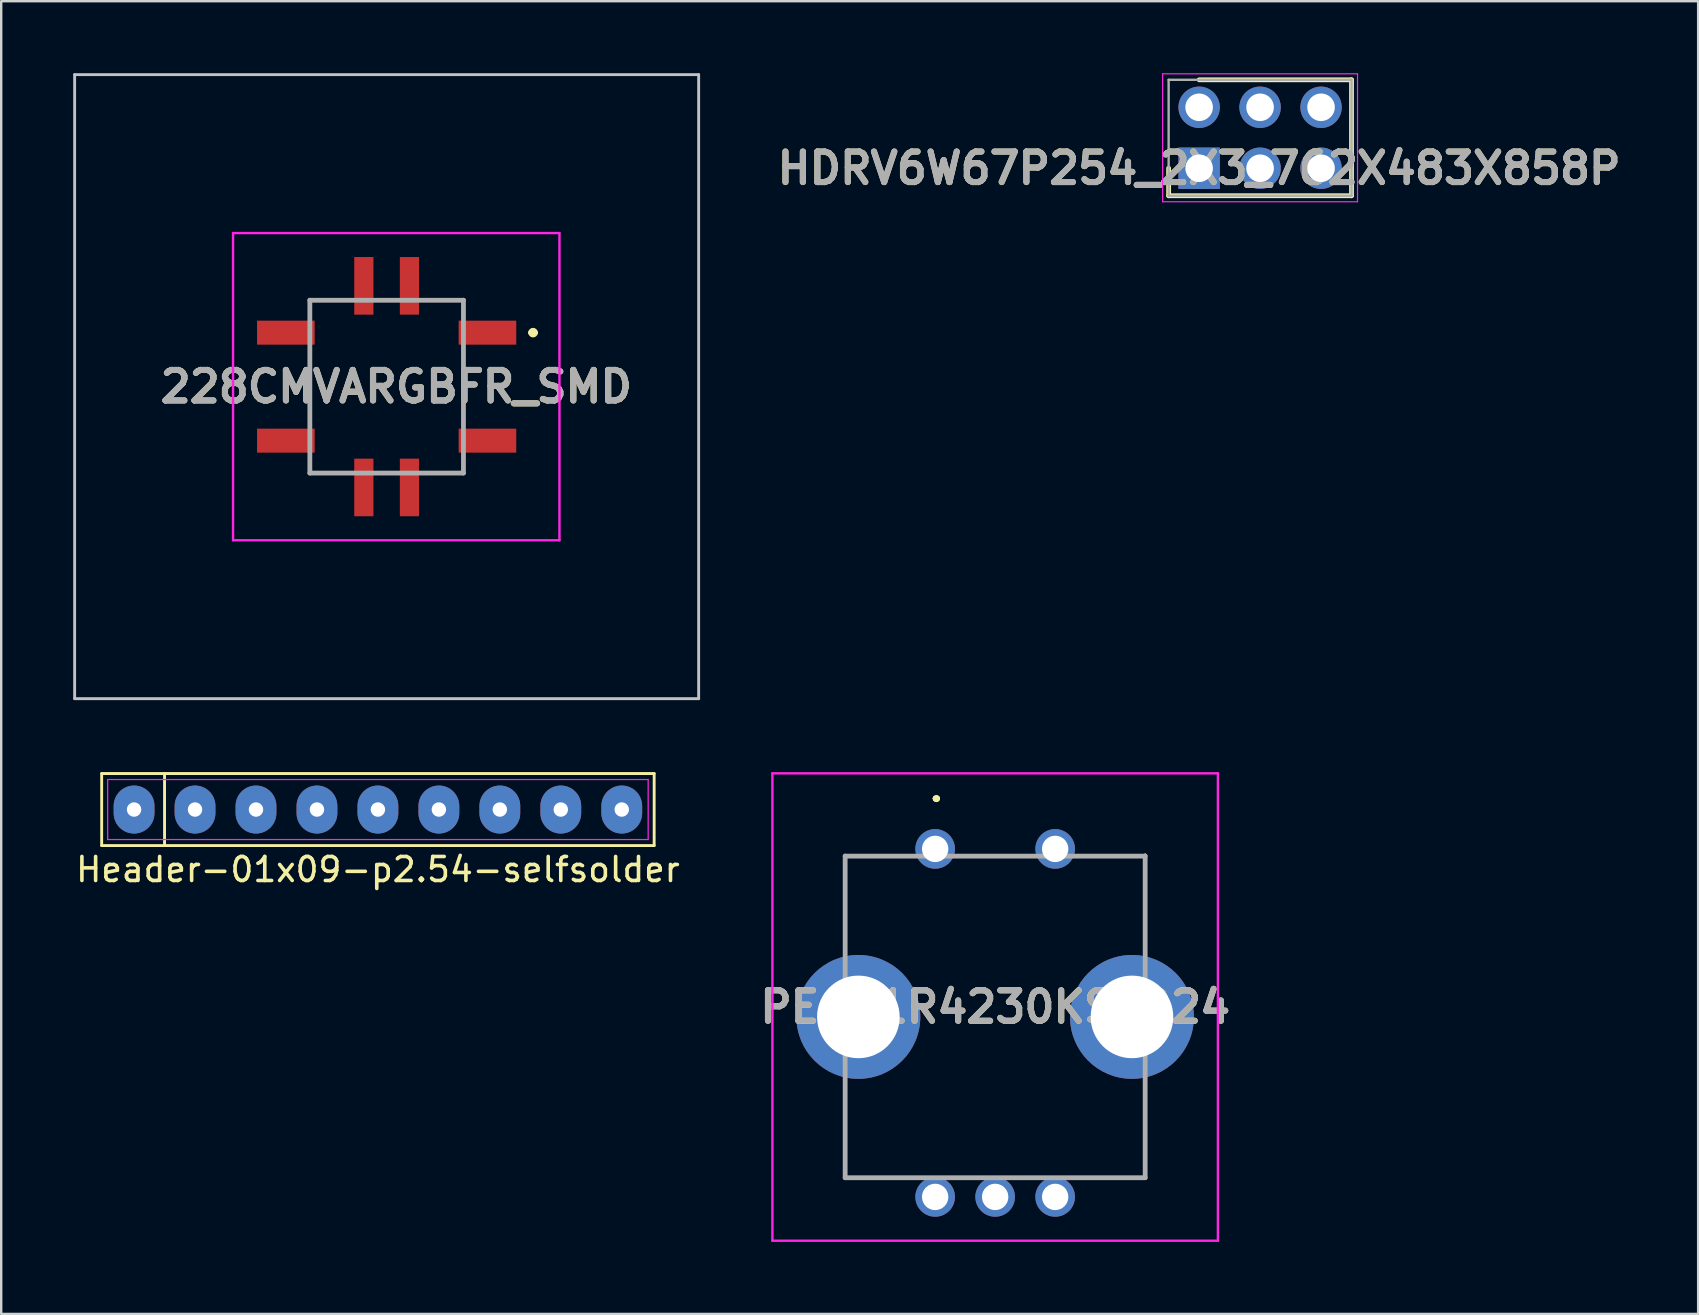
<source format=kicad_pcb>
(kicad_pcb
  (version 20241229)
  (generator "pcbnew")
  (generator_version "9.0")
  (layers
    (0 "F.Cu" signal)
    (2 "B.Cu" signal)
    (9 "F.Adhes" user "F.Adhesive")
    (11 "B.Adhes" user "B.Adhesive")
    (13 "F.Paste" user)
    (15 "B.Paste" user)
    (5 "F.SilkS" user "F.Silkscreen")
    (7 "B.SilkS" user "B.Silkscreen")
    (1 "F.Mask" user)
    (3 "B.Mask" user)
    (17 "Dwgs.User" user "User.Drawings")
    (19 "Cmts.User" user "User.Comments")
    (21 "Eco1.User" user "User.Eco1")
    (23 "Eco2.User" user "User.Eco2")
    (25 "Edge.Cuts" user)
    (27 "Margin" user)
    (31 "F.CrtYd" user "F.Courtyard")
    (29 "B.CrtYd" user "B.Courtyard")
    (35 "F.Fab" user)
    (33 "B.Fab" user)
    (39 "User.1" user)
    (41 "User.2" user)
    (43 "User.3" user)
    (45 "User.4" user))
  (footprint "PEC11R4230KS0024"
    (layer "F.Cu")
    (at 35.914 39.32)
    (property "Reference" "PEC11R4230KS0024" (at 2.5 -0.413 0) (layer "F.SilkS") (effects (font (size 1.27 1.27) (thickness 0.254))))
    (attr through_hole)
    (fp_line (start -3.75 -6.7) (end -3.75 -6.7) (stroke (width 0.1) (type solid)) (layer "F.SilkS"))
    (fp_line (start -3.75 -6.7) (end -3.75 -6.7) (stroke (width 0.1) (type solid)) (layer "F.SilkS"))
    (fp_line (start -3.75 -6.7) (end -3.75 -3.75) (stroke (width 0.1) (type solid)) (layer "F.SilkS"))
    (fp_line (start -3.75 -6.7) (end -2 -6.7) (stroke (width 0.1) (type solid)) (layer "F.SilkS"))
    (fp_line (start -3.75 -3.75) (end -3.75 -6.7) (stroke (width 0.1) (type solid)) (layer "F.SilkS"))
    (fp_line (start -3.75 -3.75) (end -3.75 -3.75) (stroke (width 0.1) (type solid)) (layer "F.SilkS"))
    (fp_line (start -3.75 3.75) (end -3.75 3.75) (stroke (width 0.1) (type solid)) (layer "F.SilkS"))
    (fp_line (start -3.75 3.75) (end -3.75 6.7) (stroke (width 0.1) (type solid)) (layer "F.SilkS"))
    (fp_line (start -3.75 6.7) (end -3.75 3.75) (stroke (width 0.1) (type solid)) (layer "F.SilkS"))
    (fp_line (start -3.75 6.7) (end -3.75 6.7) (stroke (width 0.1) (type solid)) (layer "F.SilkS"))
    (fp_line (start -3.75 6.7) (end -3.75 6.7) (stroke (width 0.1) (type solid)) (layer "F.SilkS"))
    (fp_line (start -3.75 6.7) (end -1.5 6.7) (stroke (width 0.1) (type solid)) (layer "F.SilkS"))
    (fp_line (start -2 -6.7) (end -3.75 -6.7) (stroke (width 0.1) (type solid)) (layer "F.SilkS"))
    (fp_line (start -2 -6.7) (end -2 -6.7) (stroke (width 0.1) (type solid)) (layer "F.SilkS"))
    (fp_line (start -1.5 6.7) (end -3.75 6.7) (stroke (width 0.1) (type solid)) (layer "F.SilkS"))
    (fp_line (start -1.5 6.7) (end -1.5 6.7) (stroke (width 0.1) (type solid)) (layer "F.SilkS"))
    (fp_line (start 0 -9.1) (end 0 -9.1) (stroke (width 0.2) (type solid)) (layer "F.SilkS"))
    (fp_line (start 0 -9.1) (end 0 -9.1) (stroke (width 0.2) (type solid)) (layer "F.SilkS"))
    (fp_line (start 0.1 -9.1) (end 0.1 -9.1) (stroke (width 0.2) (type solid)) (layer "F.SilkS"))
    (fp_line (start 1.5 -6.7) (end 1.5 -6.7) (stroke (width 0.1) (type solid)) (layer "F.SilkS"))
    (fp_line (start 1.5 -6.7) (end 3.5 -6.7) (stroke (width 0.1) (type solid)) (layer "F.SilkS"))
    (fp_line (start 3.5 -6.7) (end 1.5 -6.7) (stroke (width 0.1) (type solid)) (layer "F.SilkS"))
    (fp_line (start 3.5 -6.7) (end 3.5 -6.7) (stroke (width 0.1) (type solid)) (layer "F.SilkS"))
    (fp_line (start 6.5 6.7) (end 6.5 6.7) (stroke (width 0.1) (type solid)) (layer "F.SilkS"))
    (fp_line (start 6.5 6.7) (end 8.75 6.7) (stroke (width 0.1) (type solid)) (layer "F.SilkS"))
    (fp_line (start 6.75 -6.7) (end 6.75 -6.7) (stroke (width 0.1) (type solid)) (layer "F.SilkS"))
    (fp_line (start 6.75 -6.7) (end 8.75 -6.7) (stroke (width 0.1) (type solid)) (layer "F.SilkS"))
    (fp_line (start 8.75 -6.75) (end 8.75 -6.75) (stroke (width 0.1) (type solid)) (layer "F.SilkS"))
    (fp_line (start 8.75 -6.75) (end 8.75 -3.5) (stroke (width 0.1) (type solid)) (layer "F.SilkS"))
    (fp_line (start 8.75 -6.7) (end 6.75 -6.7) (stroke (width 0.1) (type solid)) (layer "F.SilkS"))
    (fp_line (start 8.75 -6.7) (end 8.75 -6.7) (stroke (width 0.1) (type solid)) (layer "F.SilkS"))
    (fp_line (start 8.75 -3.5) (end 8.75 -6.75) (stroke (width 0.1) (type solid)) (layer "F.SilkS"))
    (fp_line (start 8.75 -3.5) (end 8.75 -3.5) (stroke (width 0.1) (type solid)) (layer "F.SilkS"))
    (fp_line (start 8.75 3.75) (end 8.75 3.75) (stroke (width 0.1) (type solid)) (layer "F.SilkS"))
    (fp_line (start 8.75 3.75) (end 8.75 6.7) (stroke (width 0.1) (type solid)) (layer "F.SilkS"))
    (fp_line (start 8.75 6.7) (end 6.5 6.7) (stroke (width 0.1) (type solid)) (layer "F.SilkS"))
    (fp_line (start 8.75 6.7) (end 8.75 3.75) (stroke (width 0.1) (type solid)) (layer "F.SilkS"))
    (fp_line (start 8.75 6.7) (end 8.75 6.7) (stroke (width 0.1) (type solid)) (layer "F.SilkS"))
    (fp_line (start 8.75 6.7) (end 8.75 6.7) (stroke (width 0.1) (type solid)) (layer "F.SilkS"))
    (fp_arc (start 0 -9.1) (mid 0.05 -9.15) (end 0.1 -9.1) (stroke (width 0.2) (type solid)) (layer "F.SilkS"))
    (fp_arc (start 0.1 -9.1) (mid 0.05 -9.05) (end 0 -9.1) (stroke (width 0.2) (type solid)) (layer "F.SilkS"))
    (fp_arc (start 0.1 -9.1) (mid 0.05 -9.05) (end 0 -9.1) (stroke (width 0.2) (type solid)) (layer "F.SilkS"))
    (fp_line (start -6.781 -10.15) (end 11.781 -10.15) (stroke (width 0.1) (type solid)) (layer "F.CrtYd"))
    (fp_line (start -6.781 9.325) (end -6.781 -10.15) (stroke (width 0.1) (type solid)) (layer "F.CrtYd"))
    (fp_line (start 11.781 -10.15) (end 11.781 9.325) (stroke (width 0.1) (type solid)) (layer "F.CrtYd"))
    (fp_line (start 11.781 9.325) (end -6.781 9.325) (stroke (width 0.1) (type solid)) (layer "F.CrtYd"))
    (fp_line (start -3.75 -6.7) (end -3.75 6.7) (stroke (width 0.2) (type solid)) (layer "F.Fab"))
    (fp_line (start -3.75 6.7) (end 8.75 6.7) (stroke (width 0.2) (type solid)) (layer "F.Fab"))
    (fp_line (start 8.75 -6.7) (end -3.75 -6.7) (stroke (width 0.2) (type solid)) (layer "F.Fab"))
    (fp_line (start 8.75 6.7) (end 8.75 -6.7) (stroke (width 0.2) (type solid)) (layer "F.Fab"))
    (fp_text user "${REFERENCE}" (at 2.5 -0.413 0) (layer "F.Fab") (effects (font (size 1.27 1.27) (thickness 0.254))))
    (pad "A" thru_hole circle (at 0 7.5) (size 1.65 1.65) (drill 1.1) (layers "*.Cu" "*.Mask"))
    (pad "B" thru_hole circle (at 5 7.5) (size 1.65 1.65) (drill 1.1) (layers "*.Cu" "*.Mask"))
    (pad "C" thru_hole circle (at 2.5 7.5) (size 1.65 1.65) (drill 1.1) (layers "*.Cu" "*.Mask"))
    (pad "MH1" thru_hole circle (at -3.2 0) (size 5.161 5.161) (drill 3.441) (layers "*.Cu" "*.Mask"))
    (pad "MH2" thru_hole circle (at 8.2 0) (size 5.161 5.161) (drill 3.441) (layers "*.Cu" "*.Mask"))
    (pad "S1" thru_hole circle (at 0 -7) (size 1.65 1.65) (drill 1.1) (layers "*.Cu" "*.Mask"))
    (pad "S2" thru_hole circle (at 5 -7) (size 1.65 1.65) (drill 1.1) (layers "*.Cu" "*.Mask")))
  (footprint "228CMVARGBFR_SMD"
    (layer "F.Cu")
    (at 13.06 13.06)
    (property "Reference" "228CMVARGBFR_SMD" (at 0.4 0 0) (layer "F.SilkS") (effects (font (size 1.27 1.27) (thickness 0.254))))
    (attr smd)
    (fp_line (start -3.2 -3.6) (end -3.2 -3) (stroke (width 0.1) (type solid)) (layer "F.SilkS"))
    (fp_line (start -3.2 -1.5) (end -3.2 1.5) (stroke (width 0.1) (type solid)) (layer "F.SilkS"))
    (fp_line (start -3.2 3) (end -3.2 3.6) (stroke (width 0.1) (type solid)) (layer "F.SilkS"))
    (fp_line (start -3.2 3.6) (end -1.8 3.6) (stroke (width 0.1) (type solid)) (layer "F.SilkS"))
    (fp_line (start -1.6 -3.6) (end -3.2 -3.6) (stroke (width 0.1) (type solid)) (layer "F.SilkS"))
    (fp_line (start 1.6 -3.6) (end 3.2 -3.6) (stroke (width 0.1) (type solid)) (layer "F.SilkS"))
    (fp_line (start 3.2 -3.6) (end 3.2 -3) (stroke (width 0.1) (type solid)) (layer "F.SilkS"))
    (fp_line (start 3.2 -1.5) (end 3.2 1.5) (stroke (width 0.1) (type solid)) (layer "F.SilkS"))
    (fp_line (start 3.2 3.2) (end 3.2 3) (stroke (width 0.1) (type solid)) (layer "F.SilkS"))
    (fp_line (start 3.2 3.2) (end 3.2 3.6) (stroke (width 0.1) (type solid)) (layer "F.SilkS"))
    (fp_line (start 3.2 3.6) (end 1.8 3.6) (stroke (width 0.1) (type solid)) (layer "F.SilkS"))
    (fp_line (start 6 -2.25) (end 6 -2.25) (stroke (width 0.2) (type solid)) (layer "F.SilkS"))
    (fp_line (start 6.2 -2.25) (end 6.2 -2.25) (stroke (width 0.2) (type solid)) (layer "F.SilkS"))
    (fp_arc (start 6 -2.25) (mid 6.1 -2.35) (end 6.2 -2.25) (stroke (width 0.2) (type solid)) (layer "F.SilkS"))
    (fp_arc (start 6.2 -2.25) (mid 6.1 -2.15) (end 6 -2.25) (stroke (width 0.2) (type solid)) (layer "F.SilkS"))
    (fp_line (start -13 -13) (end 13 -13) (stroke (width 0.12) (type solid)) (layer "Dwgs.User"))
    (fp_line (start -13 13) (end -13 -13) (stroke (width 0.12) (type solid)) (layer "Dwgs.User"))
    (fp_line (start 13 -13) (end 13 13) (stroke (width 0.12) (type solid)) (layer "Dwgs.User"))
    (fp_line (start 13 13) (end -13 13) (stroke (width 0.12) (type solid)) (layer "Dwgs.User"))
    (fp_line (start -6.4 -6.4) (end 7.2 -6.4) (stroke (width 0.1) (type solid)) (layer "F.CrtYd"))
    (fp_line (start -6.4 6.4) (end -6.4 -6.4) (stroke (width 0.1) (type solid)) (layer "F.CrtYd"))
    (fp_line (start 7.2 -6.4) (end 7.2 6.4) (stroke (width 0.1) (type solid)) (layer "F.CrtYd"))
    (fp_line (start 7.2 6.4) (end -6.4 6.4) (stroke (width 0.1) (type solid)) (layer "F.CrtYd"))
    (fp_line (start -3.2 -3.6) (end 3.2 -3.6) (stroke (width 0.2) (type solid)) (layer "F.Fab"))
    (fp_line (start -3.2 3.6) (end -3.2 -3.6) (stroke (width 0.2) (type solid)) (layer "F.Fab"))
    (fp_line (start 3.2 -3.6) (end 3.2 3.6) (stroke (width 0.2) (type solid)) (layer "F.Fab"))
    (fp_line (start 3.2 3.6) (end -3.2 3.6) (stroke (width 0.2) (type solid)) (layer "F.Fab"))
    (fp_text user "${REFERENCE}" (at 0.4 0 0) (layer "F.Fab") (effects (font (size 1.27 1.27) (thickness 0.254))))
    (pad "1" smd rect (at 4.2 -2.25 90) (size 1 2.4) (layers "F.Cu" "F.Mask" "F.Paste"))
    (pad "2" smd rect (at -4.2 -2.25 90) (size 1 2.4) (layers "F.Cu" "F.Mask" "F.Paste"))
    (pad "3" smd rect (at 4.2 2.25 90) (size 1 2.4) (layers "F.Cu" "F.Mask" "F.Paste"))
    (pad "4" smd rect (at -4.2 2.25 90) (size 1 2.4) (layers "F.Cu" "F.Mask" "F.Paste"))
    (pad "5" smd rect (at 0.95 -4.2) (size 0.8 2.4) (layers "F.Cu" "F.Mask" "F.Paste"))
    (pad "6" smd rect (at 0.95 4.2) (size 0.8 2.4) (layers "F.Cu" "F.Mask" "F.Paste"))
    (pad "7" smd rect (at -0.95 -4.2) (size 0.8 2.4) (layers "F.Cu" "F.Mask" "F.Paste"))
    (pad "8" smd rect (at -0.95 4.2) (size 0.8 2.4) (layers "F.Cu" "F.Mask" "F.Paste")))
  (footprint "HDRV6W67P254_2X3_762X483X858P"
    (layer "F.Cu")
    (at 46.912 3.96)
    (property "Reference" "HDRV6W67P254_2X3_762X483X858P" (at 0 0 0) (layer "F.SilkS") (effects (font (size 1.27 1.27) (thickness 0.254))))
    (attr through_hole)
    (fp_line (start -1.27 0) (end -1.27 1.145) (stroke (width 0.2) (type solid)) (layer "F.SilkS"))
    (fp_line (start -1.27 1.145) (end 6.35 1.145) (stroke (width 0.2) (type solid)) (layer "F.SilkS"))
    (fp_line (start 6.35 -3.685) (end 0 -3.685) (stroke (width 0.2) (type solid)) (layer "F.SilkS"))
    (fp_line (start 6.35 1.145) (end 6.35 -3.685) (stroke (width 0.2) (type solid)) (layer "F.SilkS"))
    (fp_line (start -1.52 -3.935) (end 6.6 -3.935) (stroke (width 0.05) (type solid)) (layer "F.CrtYd"))
    (fp_line (start -1.52 1.395) (end -1.52 -3.935) (stroke (width 0.05) (type solid)) (layer "F.CrtYd"))
    (fp_line (start 6.6 -3.935) (end 6.6 1.395) (stroke (width 0.05) (type solid)) (layer "F.CrtYd"))
    (fp_line (start 6.6 1.395) (end -1.52 1.395) (stroke (width 0.05) (type solid)) (layer "F.CrtYd"))
    (fp_line (start -1.27 -3.685) (end 6.35 -3.685) (stroke (width 0.1) (type solid)) (layer "F.Fab"))
    (fp_line (start -1.27 1.145) (end -1.27 -3.685) (stroke (width 0.1) (type solid)) (layer "F.Fab"))
    (fp_line (start 6.35 -3.685) (end 6.35 1.145) (stroke (width 0.1) (type solid)) (layer "F.Fab"))
    (fp_line (start 6.35 1.145) (end -1.27 1.145) (stroke (width 0.1) (type solid)) (layer "F.Fab"))
    (fp_text user "${REFERENCE}" (at 0 0 0) (layer "F.Fab") (effects (font (size 1.27 1.27) (thickness 0.254))))
    (pad "1" thru_hole rect (at 0 0) (size 1.725 1.725) (drill 1.15) (layers "*.Cu" "*.Mask"))
    (pad "2" thru_hole circle (at 0 -2.54) (size 1.725 1.725) (drill 1.15) (layers "*.Cu" "*.Mask"))
    (pad "3" thru_hole circle (at 2.54 0) (size 1.725 1.725) (drill 1.15) (layers "*.Cu" "*.Mask"))
    (pad "4" thru_hole circle (at 2.54 -2.54) (size 1.725 1.725) (drill 1.15) (layers "*.Cu" "*.Mask"))
    (pad "5" thru_hole circle (at 5.08 0) (size 1.725 1.725) (drill 1.15) (layers "*.Cu" "*.Mask"))
    (pad "6" thru_hole circle (at 5.08 -2.54) (size 1.725 1.725) (drill 1.15) (layers "*.Cu" "*.Mask")))
  (footprint "Header-01x09-p2.54-selfsolder"
    (layer "F.Cu")
    (at 12.696 30.68)
    (property "Reference" "Header-01x09-p2.54-selfsolder" (at 0 2.5 0) (layer "F.SilkS") (effects (font (size 1 1) (thickness 0.15))))
    (fp_line (start -11.51 -1.5) (end 11.51 -1.5) (stroke (width 0.12) (type solid)) (layer "F.SilkS"))
    (fp_line (start -11.51 1.5) (end -11.51 -1.5) (stroke (width 0.12) (type solid)) (layer "F.SilkS"))
    (fp_line (start -8.89 -1.5) (end -8.89 1.5) (stroke (width 0.12) (type solid)) (layer "F.SilkS"))
    (fp_line (start 11.51 -1.5) (end 11.51 1.5) (stroke (width 0.12) (type solid)) (layer "F.SilkS"))
    (fp_line (start 11.51 1.5) (end -11.51 1.5) (stroke (width 0.12) (type solid)) (layer "F.SilkS"))
    (fp_line (start -11.26 -1.25) (end 11.26 -1.25) (stroke (width 0.05) (type solid)) (layer "F.CrtYd"))
    (fp_line (start -11.26 1.25) (end -11.26 -1.25) (stroke (width 0.05) (type solid)) (layer "F.CrtYd"))
    (fp_line (start 11.26 -1.25) (end 11.26 1.25) (stroke (width 0.05) (type solid)) (layer "F.CrtYd"))
    (fp_line (start 11.26 1.25) (end -11.26 1.25) (stroke (width 0.05) (type solid)) (layer "F.CrtYd"))
    (pad "1" thru_hole oval (at -10.16 0) (size 1.7 2) (drill 0.6) (layers "*.Cu" "*.Mask"))
    (pad "2" thru_hole oval (at -7.62 0) (size 1.7 2) (drill 0.6) (layers "*.Cu" "*.Mask"))
    (pad "3" thru_hole oval (at -5.08 0) (size 1.7 2) (drill 0.6) (layers "*.Cu" "*.Mask"))
    (pad "4" thru_hole oval (at -2.54 0) (size 1.7 2) (drill 0.6) (layers "*.Cu" "*.Mask"))
    (pad "5" thru_hole oval (at 0 0) (size 1.7 2) (drill 0.6) (layers "*.Cu" "*.Mask"))
    (pad "6" thru_hole oval (at 2.54 0) (size 1.7 2) (drill 0.6) (layers "*.Cu" "*.Mask"))
    (pad "7" thru_hole oval (at 5.08 0) (size 1.7 2) (drill 0.6) (layers "*.Cu" "*.Mask"))
    (pad "8" thru_hole oval (at 7.62 0) (size 1.7 2) (drill 0.6) (layers "*.Cu" "*.Mask"))
    (pad "9" thru_hole oval (at 10.16 0) (size 1.7 2) (drill 0.6) (layers "*.Cu" "*.Mask")))
  (gr_rect
    (start -3 -3)
    (end 67.704 51.695)
    (stroke (width 0.1) (type default))
    (fill no)
    (layer "Edge.Cuts")))
</source>
